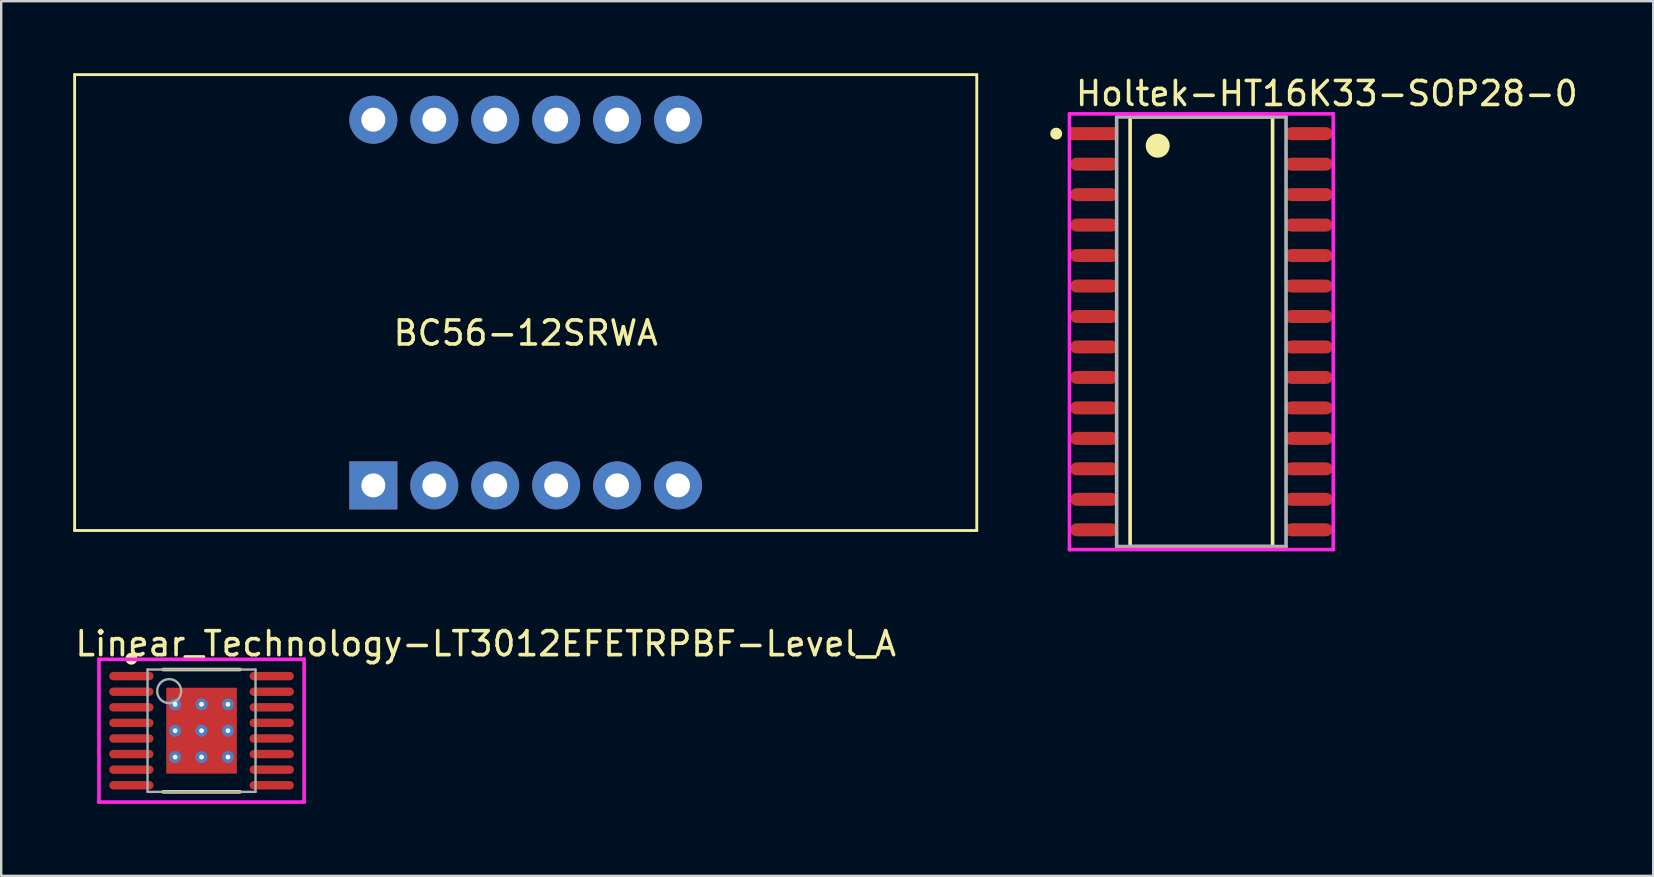
<source format=kicad_pcb>
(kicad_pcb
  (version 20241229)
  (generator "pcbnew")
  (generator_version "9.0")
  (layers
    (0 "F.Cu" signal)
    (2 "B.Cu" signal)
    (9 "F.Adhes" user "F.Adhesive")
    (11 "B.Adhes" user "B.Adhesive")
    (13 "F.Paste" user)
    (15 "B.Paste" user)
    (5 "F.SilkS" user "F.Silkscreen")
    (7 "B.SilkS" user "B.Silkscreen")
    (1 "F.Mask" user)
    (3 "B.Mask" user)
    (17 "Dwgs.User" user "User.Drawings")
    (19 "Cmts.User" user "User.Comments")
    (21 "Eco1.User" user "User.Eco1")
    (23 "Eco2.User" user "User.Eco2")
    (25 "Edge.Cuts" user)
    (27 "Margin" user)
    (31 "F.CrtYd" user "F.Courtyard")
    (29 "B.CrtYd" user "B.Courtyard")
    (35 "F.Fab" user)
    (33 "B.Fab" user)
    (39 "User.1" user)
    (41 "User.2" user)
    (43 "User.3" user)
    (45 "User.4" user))
  (footprint "Linear_Technology-LT3012EFETRPBF-Level_A"
    (layer "F.Cu")
    (at 5.35 27.404)
    (property "Reference" "Linear_Technology-LT3012EFETRPBF-Level_A" (at -5.35 -3.625 0) (layer "F.SilkS") (effects (font (size 1 1) (thickness 0.15)) (justify left)))
    (attr through_hole)
    (fp_line (start -1.6 -2.55) (end 1.6 -2.55) (stroke (width 0.15) (type solid)) (layer "F.SilkS"))
    (fp_line (start -1.6 2.55) (end 1.6 2.55) (stroke (width 0.15) (type solid)) (layer "F.SilkS"))
    (fp_circle (center -2.925 -3) (end -2.8 -3) (stroke (width 0.25) (type solid)) (fill no) (layer "F.SilkS"))
    (fp_line (start -4.275 -2.975) (end -4.275 2.975) (stroke (width 0.15) (type solid)) (layer "F.CrtYd"))
    (fp_line (start -4.275 2.975) (end 4.275 2.975) (stroke (width 0.15) (type solid)) (layer "F.CrtYd"))
    (fp_line (start 4.275 -2.975) (end -4.275 -2.975) (stroke (width 0.15) (type solid)) (layer "F.CrtYd"))
    (fp_line (start 4.275 -2.975) (end 4.275 -2.975) (stroke (width 0.15) (type solid)) (layer "F.CrtYd"))
    (fp_line (start 4.275 2.975) (end 4.275 -2.975) (stroke (width 0.15) (type solid)) (layer "F.CrtYd"))
    (fp_line (start -2.25 -2.55) (end 2.25 -2.55) (stroke (width 0.1) (type solid)) (layer "F.Fab"))
    (fp_line (start -2.25 2.55) (end -2.25 -2.55) (stroke (width 0.1) (type solid)) (layer "F.Fab"))
    (fp_line (start -2.25 2.55) (end 2.25 2.55) (stroke (width 0.1) (type solid)) (layer "F.Fab"))
    (fp_line (start 2.25 2.55) (end 2.25 -2.55) (stroke (width 0.1) (type solid)) (layer "F.Fab"))
    (fp_circle (center -1.35 -1.65) (end -0.85 -1.65) (stroke (width 0.1) (type solid)) (fill no) (layer "F.Fab"))
    (pad "1" smd roundrect (at -2.925 -2.275 270) (size 0.35 1.85) (layers "F.Cu" "F.Mask" "F.Paste") (roundrect_rratio 0.5))
    (pad "2" smd roundrect (at -2.925 -1.625 270) (size 0.35 1.85) (layers "F.Cu" "F.Mask" "F.Paste") (roundrect_rratio 0.5))
    (pad "3" smd roundrect (at -2.925 -0.975 270) (size 0.35 1.85) (layers "F.Cu" "F.Mask" "F.Paste") (roundrect_rratio 0.5))
    (pad "4" smd roundrect (at -2.925 -0.325 270) (size 0.35 1.85) (layers "F.Cu" "F.Mask" "F.Paste") (roundrect_rratio 0.5))
    (pad "5" smd roundrect (at -2.925 0.325 270) (size 0.35 1.85) (layers "F.Cu" "F.Mask" "F.Paste") (roundrect_rratio 0.5))
    (pad "6" smd roundrect (at -2.925 0.975 270) (size 0.35 1.85) (layers "F.Cu" "F.Mask" "F.Paste") (roundrect_rratio 0.5))
    (pad "7" smd roundrect (at -2.925 1.625 270) (size 0.35 1.85) (layers "F.Cu" "F.Mask" "F.Paste") (roundrect_rratio 0.5))
    (pad "8" smd roundrect (at -2.925 2.275 270) (size 0.35 1.85) (layers "F.Cu" "F.Mask" "F.Paste") (roundrect_rratio 0.5))
    (pad "9" smd roundrect (at 2.925 2.275 270) (size 0.35 1.85) (layers "F.Cu" "F.Mask" "F.Paste") (roundrect_rratio 0.5))
    (pad "10" smd roundrect (at 2.925 1.625 270) (size 0.35 1.85) (layers "F.Cu" "F.Mask" "F.Paste") (roundrect_rratio 0.5))
    (pad "11" smd roundrect (at 2.925 0.975 270) (size 0.35 1.85) (layers "F.Cu" "F.Mask" "F.Paste") (roundrect_rratio 0.5))
    (pad "12" smd roundrect (at 2.925 0.325 270) (size 0.35 1.85) (layers "F.Cu" "F.Mask" "F.Paste") (roundrect_rratio 0.5))
    (pad "13" smd roundrect (at 2.925 -0.325 270) (size 0.35 1.85) (layers "F.Cu" "F.Mask" "F.Paste") (roundrect_rratio 0.5))
    (pad "14" smd roundrect (at 2.925 -0.975 270) (size 0.35 1.85) (layers "F.Cu" "F.Mask" "F.Paste") (roundrect_rratio 0.5))
    (pad "15" smd roundrect (at 2.925 -1.625 270) (size 0.35 1.85) (layers "F.Cu" "F.Mask" "F.Paste") (roundrect_rratio 0.5))
    (pad "16" smd roundrect (at 2.925 -2.275 270) (size 0.35 1.85) (layers "F.Cu" "F.Mask" "F.Paste") (roundrect_rratio 0.5))
    (pad "17" smd rect (at 0.000001 0) (size 2.94 3.58) (layers "F.Cu" "F.Mask" "F.Paste"))
    (pad "~" thru_hole circle (at -1.1 -1.1) (size 0.5 0.5) (drill 0.2) (layers "*.Cu"))
    (pad "~" thru_hole circle (at -1.1 0) (size 0.5 0.5) (drill 0.2) (layers "*.Cu"))
    (pad "~" thru_hole circle (at -1.1 1.1) (size 0.5 0.5) (drill 0.2) (layers "*.Cu"))
    (pad "~" thru_hole circle (at 0 -1.1) (size 0.5 0.5) (drill 0.2) (layers "*.Cu"))
    (pad "~" thru_hole circle (at 0 0) (size 0.5 0.5) (drill 0.2) (layers "*.Cu"))
    (pad "~" thru_hole circle (at 0 1.1) (size 0.5 0.5) (drill 0.2) (layers "*.Cu"))
    (pad "~" thru_hole circle (at 1.1 -1.1) (size 0.5 0.5) (drill 0.2) (layers "*.Cu"))
    (pad "~" thru_hole circle (at 1.1 0) (size 0.5 0.5) (drill 0.2) (layers "*.Cu"))
    (pad "~" thru_hole circle (at 1.1 1.1) (size 0.5 0.5) (drill 0.2) (layers "*.Cu")))
  (footprint "BC56-12SRWA"
    (layer "F.Cu")
    (at 18.86 9.56)
    (property "Reference" "BC56-12SRWA" (at 0 1.27 0) (layer "F.SilkS") (effects (font (size 1 1) (thickness 0.15))))
    (attr through_hole)
    (fp_line (start -18.8 -9.5) (end 18.8 -9.5) (stroke (width 0.12) (type solid)) (layer "F.SilkS"))
    (fp_line (start -18.8 9.5) (end -18.8 -9.5) (stroke (width 0.12) (type solid)) (layer "F.SilkS"))
    (fp_line (start 18.8 -9.5) (end 18.8 9.5) (stroke (width 0.12) (type solid)) (layer "F.SilkS"))
    (fp_line (start 18.8 9.5) (end -18.8 9.5) (stroke (width 0.12) (type solid)) (layer "F.SilkS"))
    (pad "1" thru_hole rect (at -6.35 7.62) (size 2 2) (drill 1) (layers "*.Cu" "*.Mask"))
    (pad "2" thru_hole circle (at -3.81 7.62) (size 2 2) (drill 1) (layers "*.Cu" "*.Mask"))
    (pad "3" thru_hole circle (at -1.27 7.62) (size 2 2) (drill 1) (layers "*.Cu" "*.Mask"))
    (pad "4" thru_hole circle (at 1.27 7.62) (size 2 2) (drill 1) (layers "*.Cu" "*.Mask"))
    (pad "5" thru_hole circle (at 3.81 7.62) (size 2 2) (drill 1) (layers "*.Cu" "*.Mask"))
    (pad "6" thru_hole circle (at 6.35 7.62) (size 2 2) (drill 1) (layers "*.Cu" "*.Mask"))
    (pad "7" thru_hole circle (at 6.35 -7.62) (size 2 2) (drill 1) (layers "*.Cu" "*.Mask"))
    (pad "8" thru_hole circle (at 3.81 -7.62) (size 2 2) (drill 1) (layers "*.Cu" "*.Mask"))
    (pad "9" thru_hole circle (at 1.27 -7.62) (size 2 2) (drill 1) (layers "*.Cu" "*.Mask"))
    (pad "10" thru_hole circle (at -1.27 -7.62) (size 2 2) (drill 1) (layers "*.Cu" "*.Mask"))
    (pad "11" thru_hole circle (at -3.81 -7.62) (size 2 2) (drill 1) (layers "*.Cu" "*.Mask"))
    (pad "12" thru_hole circle (at -6.35 -7.62) (size 2 2) (drill 1) (layers "*.Cu" "*.Mask")))
  (footprint "Holtek-HT16K33-SOP28-0"
    (layer "F.Cu")
    (at 47.02 10.776)
    (property "Reference" "Holtek-HT16K33-SOP28-0" (at -5.322 -9.928 0) (layer "F.SilkS") (effects (font (size 1 1) (thickness 0.15)) (justify left)))
    (attr through_hole)
    (fp_line (start -2.969 -8.953) (end 2.969 -8.953) (stroke (width 0.15) (type solid)) (layer "F.SilkS"))
    (fp_line (start -2.969 8.953) (end -2.969 -8.953) (stroke (width 0.15) (type solid)) (layer "F.SilkS"))
    (fp_line (start 2.969 -8.953) (end 2.969 8.953) (stroke (width 0.15) (type solid)) (layer "F.SilkS"))
    (fp_line (start 2.969 8.953) (end -2.969 8.953) (stroke (width 0.15) (type solid)) (layer "F.SilkS"))
    (fp_circle (center -6.05 -8.255) (end -5.925 -8.255) (stroke (width 0.25) (type solid)) (fill no) (layer "F.SilkS"))
    (fp_circle (center -1.819 -7.753) (end -1.569 -7.753) (stroke (width 0.5) (type solid)) (fill no) (layer "F.SilkS"))
    (fp_line (start -5.497 -9.08) (end -5.497 9.08) (stroke (width 0.15) (type solid)) (layer "F.CrtYd"))
    (fp_line (start -5.497 9.08) (end 5.497 9.08) (stroke (width 0.15) (type solid)) (layer "F.CrtYd"))
    (fp_line (start 5.497 -9.08) (end -5.497 -9.08) (stroke (width 0.15) (type solid)) (layer "F.CrtYd"))
    (fp_line (start 5.497 -9.08) (end 5.497 -9.08) (stroke (width 0.15) (type solid)) (layer "F.CrtYd"))
    (fp_line (start 5.497 9.08) (end 5.497 -9.08) (stroke (width 0.15) (type solid)) (layer "F.CrtYd"))
    (fp_line (start -3.53 -8.953) (end 3.53 -8.953) (stroke (width 0.15) (type solid)) (layer "F.Fab"))
    (fp_line (start -3.53 8.953) (end -3.53 -8.953) (stroke (width 0.15) (type solid)) (layer "F.Fab"))
    (fp_line (start 3.53 -8.953) (end 3.53 8.953) (stroke (width 0.15) (type solid)) (layer "F.Fab"))
    (fp_line (start 3.53 8.953) (end -3.53 8.953) (stroke (width 0.15) (type solid)) (layer "F.Fab"))
    (pad "1" smd rect (at -4.47 -8.255) (size 2.003 0.542) (layers "F.Cu" "F.Mask" "F.Paste"))
    (pad "2" smd roundrect (at -4.47 -6.985) (size 2.003 0.542) (layers "F.Cu" "F.Mask" "F.Paste") (roundrect_rratio 0.5))
    (pad "3" smd roundrect (at -4.47 -5.715) (size 2.003 0.542) (layers "F.Cu" "F.Mask" "F.Paste") (roundrect_rratio 0.5))
    (pad "4" smd roundrect (at -4.47 -4.445) (size 2.003 0.542) (layers "F.Cu" "F.Mask" "F.Paste") (roundrect_rratio 0.5))
    (pad "5" smd roundrect (at -4.47 -3.175) (size 2.003 0.542) (layers "F.Cu" "F.Mask" "F.Paste") (roundrect_rratio 0.5))
    (pad "6" smd roundrect (at -4.47 -1.905) (size 2.003 0.542) (layers "F.Cu" "F.Mask" "F.Paste") (roundrect_rratio 0.5))
    (pad "7" smd roundrect (at -4.47 -0.635) (size 2.003 0.542) (layers "F.Cu" "F.Mask" "F.Paste") (roundrect_rratio 0.5))
    (pad "8" smd roundrect (at -4.47 0.635) (size 2.003 0.542) (layers "F.Cu" "F.Mask" "F.Paste") (roundrect_rratio 0.5))
    (pad "9" smd roundrect (at -4.47 1.905) (size 2.003 0.542) (layers "F.Cu" "F.Mask" "F.Paste") (roundrect_rratio 0.5))
    (pad "10" smd roundrect (at -4.47 3.175) (size 2.003 0.542) (layers "F.Cu" "F.Mask" "F.Paste") (roundrect_rratio 0.5))
    (pad "11" smd roundrect (at -4.47 4.445) (size 2.003 0.542) (layers "F.Cu" "F.Mask" "F.Paste") (roundrect_rratio 0.5))
    (pad "12" smd roundrect (at -4.47 5.715) (size 2.003 0.542) (layers "F.Cu" "F.Mask" "F.Paste") (roundrect_rratio 0.5))
    (pad "13" smd roundrect (at -4.47 6.985) (size 2.003 0.542) (layers "F.Cu" "F.Mask" "F.Paste") (roundrect_rratio 0.5))
    (pad "14" smd roundrect (at -4.47 8.255) (size 2.003 0.542) (layers "F.Cu" "F.Mask" "F.Paste") (roundrect_rratio 0.5))
    (pad "15" smd roundrect (at 4.47 8.255) (size 2.003 0.542) (layers "F.Cu" "F.Mask" "F.Paste") (roundrect_rratio 0.5))
    (pad "16" smd roundrect (at 4.47 6.985) (size 2.003 0.542) (layers "F.Cu" "F.Mask" "F.Paste") (roundrect_rratio 0.5))
    (pad "17" smd roundrect (at 4.47 5.715) (size 2.003 0.542) (layers "F.Cu" "F.Mask" "F.Paste") (roundrect_rratio 0.5))
    (pad "18" smd roundrect (at 4.47 4.445) (size 2.003 0.542) (layers "F.Cu" "F.Mask" "F.Paste") (roundrect_rratio 0.5))
    (pad "19" smd roundrect (at 4.47 3.175) (size 2.003 0.542) (layers "F.Cu" "F.Mask" "F.Paste") (roundrect_rratio 0.5))
    (pad "20" smd roundrect (at 4.47 1.905) (size 2.003 0.542) (layers "F.Cu" "F.Mask" "F.Paste") (roundrect_rratio 0.5))
    (pad "21" smd roundrect (at 4.47 0.635) (size 2.003 0.542) (layers "F.Cu" "F.Mask" "F.Paste") (roundrect_rratio 0.5))
    (pad "22" smd roundrect (at 4.47 -0.635) (size 2.003 0.542) (layers "F.Cu" "F.Mask" "F.Paste") (roundrect_rratio 0.5))
    (pad "23" smd roundrect (at 4.47 -1.905) (size 2.003 0.542) (layers "F.Cu" "F.Mask" "F.Paste") (roundrect_rratio 0.5))
    (pad "24" smd roundrect (at 4.47 -3.175) (size 2.003 0.542) (layers "F.Cu" "F.Mask" "F.Paste") (roundrect_rratio 0.5))
    (pad "25" smd roundrect (at 4.47 -4.445) (size 2.003 0.542) (layers "F.Cu" "F.Mask" "F.Paste") (roundrect_rratio 0.5))
    (pad "26" smd roundrect (at 4.47 -5.715) (size 2.003 0.542) (layers "F.Cu" "F.Mask" "F.Paste") (roundrect_rratio 0.5))
    (pad "27" smd roundrect (at 4.47 -6.985) (size 2.003 0.542) (layers "F.Cu" "F.Mask" "F.Paste") (roundrect_rratio 0.5))
    (pad "28" smd roundrect (at 4.47 -8.255) (size 2.003 0.542) (layers "F.Cu" "F.Mask" "F.Paste") (roundrect_rratio 0.5)))
  (gr_rect
    (start -3 -3)
    (end 65.853 33.454)
    (stroke (width 0.1) (type default))
    (fill no)
    (layer "Edge.Cuts")))
</source>
